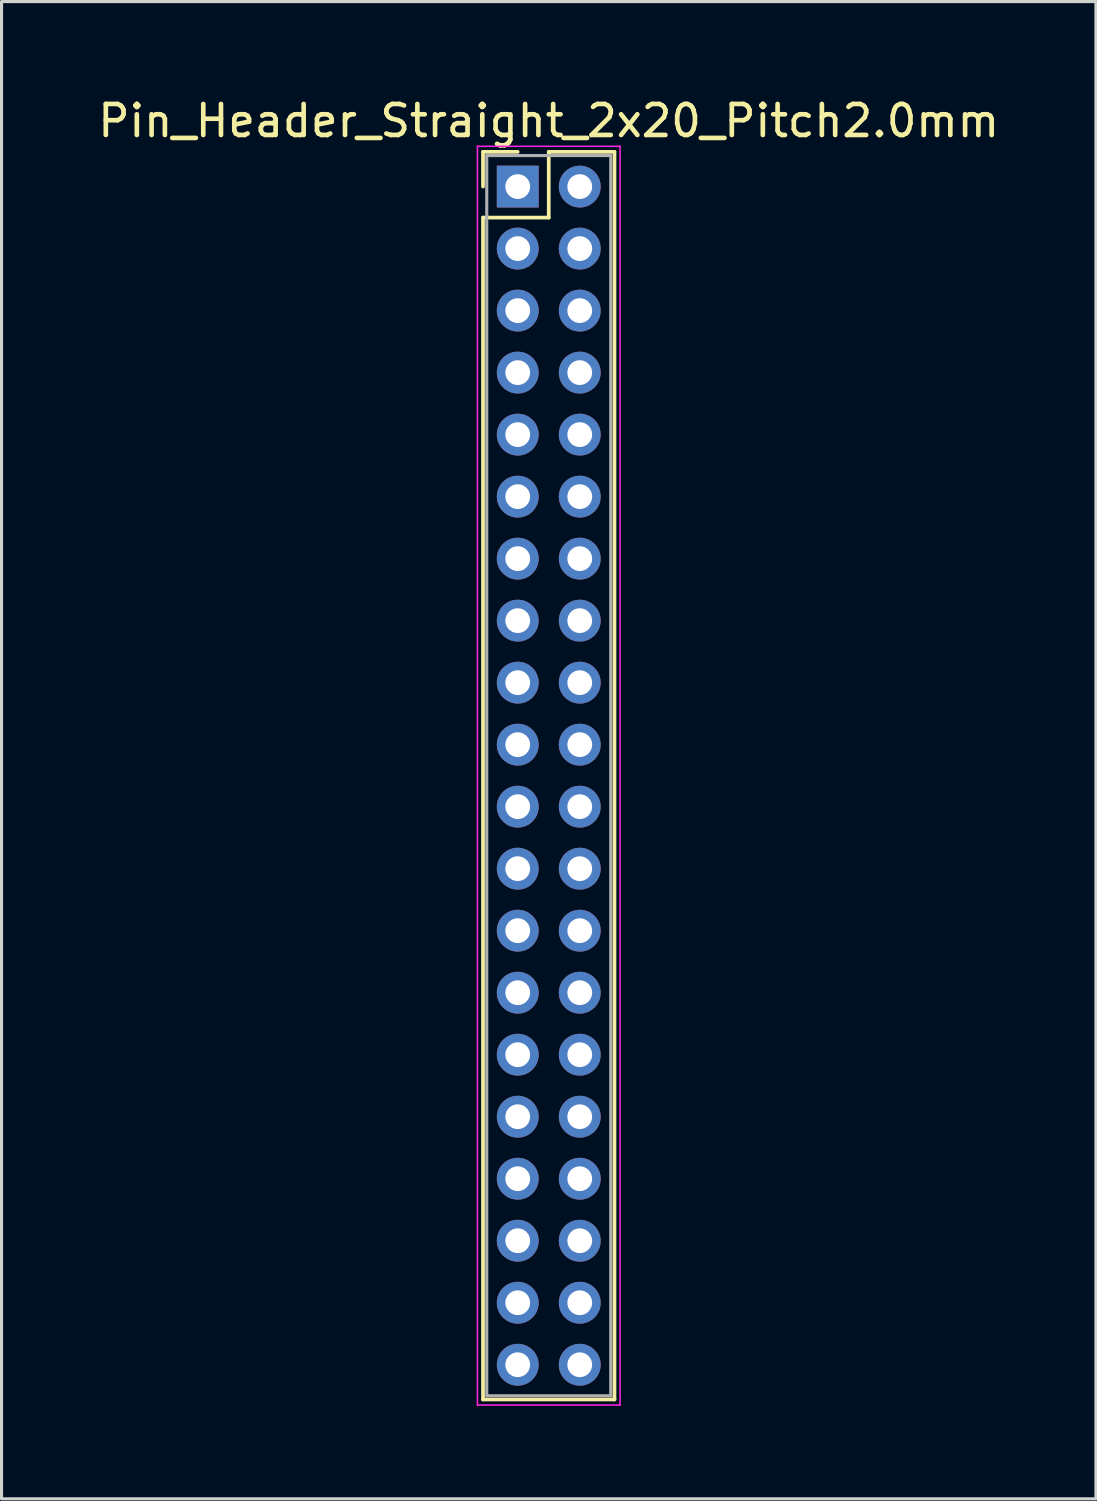
<source format=kicad_pcb>
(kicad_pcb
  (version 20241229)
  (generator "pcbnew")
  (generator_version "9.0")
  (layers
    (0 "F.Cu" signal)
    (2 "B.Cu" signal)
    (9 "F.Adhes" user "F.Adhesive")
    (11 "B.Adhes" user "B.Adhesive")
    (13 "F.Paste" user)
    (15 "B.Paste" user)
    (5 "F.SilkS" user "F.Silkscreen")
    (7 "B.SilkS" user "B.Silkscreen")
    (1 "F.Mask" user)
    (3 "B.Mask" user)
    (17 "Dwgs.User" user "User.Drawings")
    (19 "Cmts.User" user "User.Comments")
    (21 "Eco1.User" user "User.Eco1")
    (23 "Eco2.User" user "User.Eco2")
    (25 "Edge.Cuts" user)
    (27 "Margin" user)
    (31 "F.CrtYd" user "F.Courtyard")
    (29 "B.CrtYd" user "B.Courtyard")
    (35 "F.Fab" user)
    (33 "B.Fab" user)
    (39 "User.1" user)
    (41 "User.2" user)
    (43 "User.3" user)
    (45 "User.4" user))
  (footprint "Pin_Header_Straight_2x20_Pitch2.0mm"
    (layer "F.Cu")
    (at 13.649 2.968)
    (property "Reference" "Pin_Header_Straight_2x20_Pitch2.0mm" (at 1 -2.12 0) (layer "F.SilkS") (effects (font (size 1 1) (thickness 0.15))))
    (attr through_hole)
    (fp_line (start -1.12 -1.12) (end 0 -1.12) (stroke (width 0.12) (type solid)) (layer "F.SilkS"))
    (fp_line (start -1.12 0) (end -1.12 -1.12) (stroke (width 0.12) (type solid)) (layer "F.SilkS"))
    (fp_line (start -1.12 1) (end -1.12 39.12) (stroke (width 0.12) (type solid)) (layer "F.SilkS"))
    (fp_line (start -1.12 39.12) (end 3.12 39.12) (stroke (width 0.12) (type solid)) (layer "F.SilkS"))
    (fp_line (start 1 -1.12) (end 1 1) (stroke (width 0.12) (type solid)) (layer "F.SilkS"))
    (fp_line (start 1 1) (end -1.12 1) (stroke (width 0.12) (type solid)) (layer "F.SilkS"))
    (fp_line (start 3.12 -1.12) (end 1 -1.12) (stroke (width 0.12) (type solid)) (layer "F.SilkS"))
    (fp_line (start 3.12 39.12) (end 3.12 -1.12) (stroke (width 0.12) (type solid)) (layer "F.SilkS"))
    (fp_line (start -1.3 -1.3) (end -1.3 39.3) (stroke (width 0.05) (type solid)) (layer "F.CrtYd"))
    (fp_line (start -1.3 39.3) (end 3.3 39.3) (stroke (width 0.05) (type solid)) (layer "F.CrtYd"))
    (fp_line (start 3.3 -1.3) (end -1.3 -1.3) (stroke (width 0.05) (type solid)) (layer "F.CrtYd"))
    (fp_line (start 3.3 39.3) (end 3.3 -1.3) (stroke (width 0.05) (type solid)) (layer "F.CrtYd"))
    (fp_line (start -1 -1) (end -1 39) (stroke (width 0.1) (type solid)) (layer "F.Fab"))
    (fp_line (start -1 39) (end 3 39) (stroke (width 0.1) (type solid)) (layer "F.Fab"))
    (fp_line (start 3 -1) (end -1 -1) (stroke (width 0.1) (type solid)) (layer "F.Fab"))
    (fp_line (start 3 39) (end 3 -1) (stroke (width 0.1) (type solid)) (layer "F.Fab"))
    (pad "1" thru_hole rect (at 0 0) (size 1.35 1.35) (drill 0.8) (layers "*.Cu" "*.Mask"))
    (pad "2" thru_hole oval (at 2 0) (size 1.35 1.35) (drill 0.8) (layers "*.Cu" "*.Mask"))
    (pad "3" thru_hole oval (at 0 2) (size 1.35 1.35) (drill 0.8) (layers "*.Cu" "*.Mask"))
    (pad "4" thru_hole oval (at 2 2) (size 1.35 1.35) (drill 0.8) (layers "*.Cu" "*.Mask"))
    (pad "5" thru_hole oval (at 0 4) (size 1.35 1.35) (drill 0.8) (layers "*.Cu" "*.Mask"))
    (pad "6" thru_hole oval (at 2 4) (size 1.35 1.35) (drill 0.8) (layers "*.Cu" "*.Mask"))
    (pad "7" thru_hole oval (at 0 6) (size 1.35 1.35) (drill 0.8) (layers "*.Cu" "*.Mask"))
    (pad "8" thru_hole oval (at 2 6) (size 1.35 1.35) (drill 0.8) (layers "*.Cu" "*.Mask"))
    (pad "9" thru_hole oval (at 0 8) (size 1.35 1.35) (drill 0.8) (layers "*.Cu" "*.Mask"))
    (pad "10" thru_hole oval (at 2 8) (size 1.35 1.35) (drill 0.8) (layers "*.Cu" "*.Mask"))
    (pad "11" thru_hole oval (at 0 10) (size 1.35 1.35) (drill 0.8) (layers "*.Cu" "*.Mask"))
    (pad "12" thru_hole oval (at 2 10) (size 1.35 1.35) (drill 0.8) (layers "*.Cu" "*.Mask"))
    (pad "13" thru_hole oval (at 0 12) (size 1.35 1.35) (drill 0.8) (layers "*.Cu" "*.Mask"))
    (pad "14" thru_hole oval (at 2 12) (size 1.35 1.35) (drill 0.8) (layers "*.Cu" "*.Mask"))
    (pad "15" thru_hole oval (at 0 14) (size 1.35 1.35) (drill 0.8) (layers "*.Cu" "*.Mask"))
    (pad "16" thru_hole oval (at 2 14) (size 1.35 1.35) (drill 0.8) (layers "*.Cu" "*.Mask"))
    (pad "17" thru_hole oval (at 0 16) (size 1.35 1.35) (drill 0.8) (layers "*.Cu" "*.Mask"))
    (pad "18" thru_hole oval (at 2 16) (size 1.35 1.35) (drill 0.8) (layers "*.Cu" "*.Mask"))
    (pad "19" thru_hole oval (at 0 18) (size 1.35 1.35) (drill 0.8) (layers "*.Cu" "*.Mask"))
    (pad "20" thru_hole oval (at 2 18) (size 1.35 1.35) (drill 0.8) (layers "*.Cu" "*.Mask"))
    (pad "21" thru_hole oval (at 0 20) (size 1.35 1.35) (drill 0.8) (layers "*.Cu" "*.Mask"))
    (pad "22" thru_hole oval (at 2 20) (size 1.35 1.35) (drill 0.8) (layers "*.Cu" "*.Mask"))
    (pad "23" thru_hole oval (at 0 22) (size 1.35 1.35) (drill 0.8) (layers "*.Cu" "*.Mask"))
    (pad "24" thru_hole oval (at 2 22) (size 1.35 1.35) (drill 0.8) (layers "*.Cu" "*.Mask"))
    (pad "25" thru_hole oval (at 0 24) (size 1.35 1.35) (drill 0.8) (layers "*.Cu" "*.Mask"))
    (pad "26" thru_hole oval (at 2 24) (size 1.35 1.35) (drill 0.8) (layers "*.Cu" "*.Mask"))
    (pad "27" thru_hole oval (at 0 26) (size 1.35 1.35) (drill 0.8) (layers "*.Cu" "*.Mask"))
    (pad "28" thru_hole oval (at 2 26) (size 1.35 1.35) (drill 0.8) (layers "*.Cu" "*.Mask"))
    (pad "29" thru_hole oval (at 0 28) (size 1.35 1.35) (drill 0.8) (layers "*.Cu" "*.Mask"))
    (pad "30" thru_hole oval (at 2 28) (size 1.35 1.35) (drill 0.8) (layers "*.Cu" "*.Mask"))
    (pad "31" thru_hole oval (at 0 30) (size 1.35 1.35) (drill 0.8) (layers "*.Cu" "*.Mask"))
    (pad "32" thru_hole oval (at 2 30) (size 1.35 1.35) (drill 0.8) (layers "*.Cu" "*.Mask"))
    (pad "33" thru_hole oval (at 0 32) (size 1.35 1.35) (drill 0.8) (layers "*.Cu" "*.Mask"))
    (pad "34" thru_hole oval (at 2 32) (size 1.35 1.35) (drill 0.8) (layers "*.Cu" "*.Mask"))
    (pad "35" thru_hole oval (at 0 34) (size 1.35 1.35) (drill 0.8) (layers "*.Cu" "*.Mask"))
    (pad "36" thru_hole oval (at 2 34) (size 1.35 1.35) (drill 0.8) (layers "*.Cu" "*.Mask"))
    (pad "37" thru_hole oval (at 0 36) (size 1.35 1.35) (drill 0.8) (layers "*.Cu" "*.Mask"))
    (pad "38" thru_hole oval (at 2 36) (size 1.35 1.35) (drill 0.8) (layers "*.Cu" "*.Mask"))
    (pad "39" thru_hole oval (at 0 38) (size 1.35 1.35) (drill 0.8) (layers "*.Cu" "*.Mask"))
    (pad "40" thru_hole oval (at 2 38) (size 1.35 1.35) (drill 0.8) (layers "*.Cu" "*.Mask")))
  (gr_rect
    (start -3 -3)
    (end 32.298 45.293)
    (stroke (width 0.1) (type default))
    (fill no)
    (layer "Edge.Cuts")))
</source>
